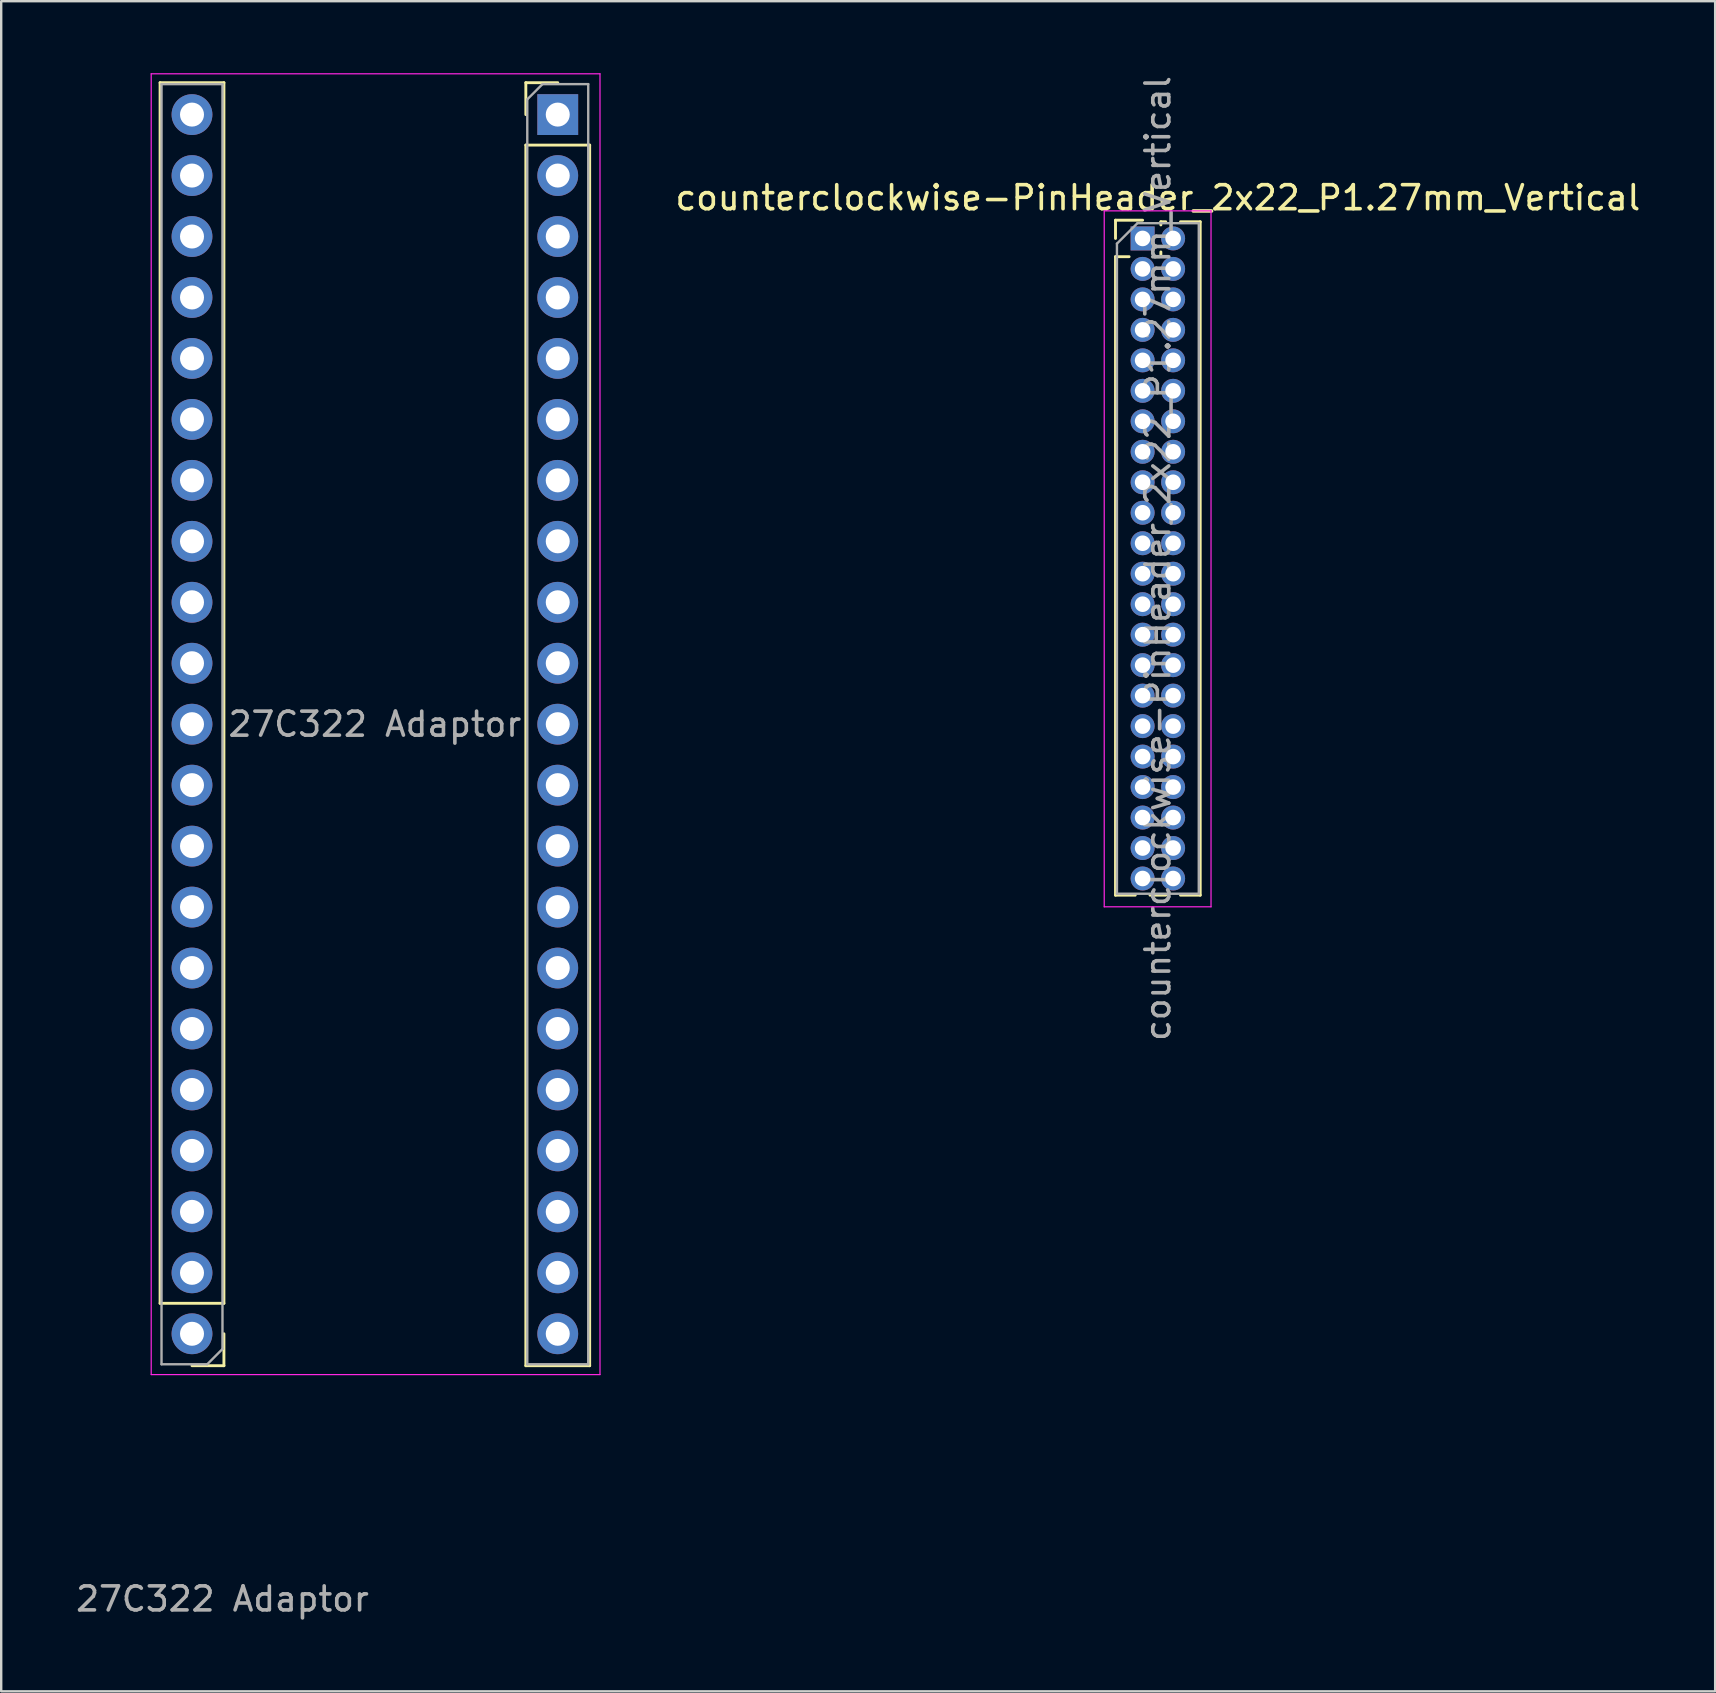
<source format=kicad_pcb>
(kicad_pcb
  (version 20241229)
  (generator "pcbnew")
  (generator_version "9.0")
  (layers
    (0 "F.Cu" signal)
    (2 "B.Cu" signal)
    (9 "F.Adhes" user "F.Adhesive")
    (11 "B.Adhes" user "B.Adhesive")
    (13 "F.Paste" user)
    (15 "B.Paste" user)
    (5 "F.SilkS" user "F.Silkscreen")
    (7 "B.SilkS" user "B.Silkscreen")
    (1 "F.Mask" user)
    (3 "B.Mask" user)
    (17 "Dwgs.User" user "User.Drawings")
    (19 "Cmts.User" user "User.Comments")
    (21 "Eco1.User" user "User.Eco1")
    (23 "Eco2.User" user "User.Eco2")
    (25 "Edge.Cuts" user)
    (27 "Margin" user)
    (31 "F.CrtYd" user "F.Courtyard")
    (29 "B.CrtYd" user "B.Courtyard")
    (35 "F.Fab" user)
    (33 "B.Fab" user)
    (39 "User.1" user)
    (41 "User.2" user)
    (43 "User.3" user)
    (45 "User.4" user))
  (footprint "27C322 Adaptor"
    (layer "F.Cu")
    (at 4.95 1.725)
    (property "Reference" "27C322 Adaptor" (at 1.27 61.849 0) (layer "F.Fab") (effects (font (size 1 1) (thickness 0.15))))
    (attr through_hole)
    (fp_line (start -1.33 49.53) (end -1.33 -1.33) (stroke (width 0.12) (type solid)) (layer "F.SilkS"))
    (fp_line (start 1.33 -1.33) (end -1.33 -1.33) (stroke (width 0.12) (type solid)) (layer "F.SilkS"))
    (fp_line (start 1.33 49.53) (end -1.33 49.53) (stroke (width 0.12) (type solid)) (layer "F.SilkS"))
    (fp_line (start 1.33 49.53) (end 1.33 -1.33) (stroke (width 0.12) (type solid)) (layer "F.SilkS"))
    (fp_line (start 1.33 50.8) (end 1.33 52.13) (stroke (width 0.12) (type solid)) (layer "F.SilkS"))
    (fp_line (start 1.33 52.13) (end 0 52.13) (stroke (width 0.12) (type solid)) (layer "F.SilkS"))
    (fp_line (start 13.91 -1.33) (end 15.24 -1.33) (stroke (width 0.12) (type solid)) (layer "F.SilkS"))
    (fp_line (start 13.91 0) (end 13.91 -1.33) (stroke (width 0.12) (type solid)) (layer "F.SilkS"))
    (fp_line (start 13.91 1.27) (end 13.91 52.13) (stroke (width 0.12) (type solid)) (layer "F.SilkS"))
    (fp_line (start 13.91 1.27) (end 16.57 1.27) (stroke (width 0.12) (type solid)) (layer "F.SilkS"))
    (fp_line (start 13.91 52.13) (end 16.57 52.13) (stroke (width 0.12) (type solid)) (layer "F.SilkS"))
    (fp_line (start 16.57 1.27) (end 16.57 52.13) (stroke (width 0.12) (type solid)) (layer "F.SilkS"))
    (fp_line (start -1.7 -1.7) (end -1.7 52.5) (stroke (width 0.05) (type solid)) (layer "F.CrtYd"))
    (fp_line (start -1.7 52.5) (end 17 52.5) (stroke (width 0.05) (type solid)) (layer "F.CrtYd"))
    (fp_line (start 17 -1.7) (end -1.7 -1.7) (stroke (width 0.05) (type solid)) (layer "F.CrtYd"))
    (fp_line (start 17 52.5) (end 17 -1.7) (stroke (width 0.05) (type solid)) (layer "F.CrtYd"))
    (fp_line (start -1.27 -1.27) (end 1.27 -1.27) (stroke (width 0.1) (type solid)) (layer "F.Fab"))
    (fp_line (start -1.27 52.07) (end -1.27 -1.27) (stroke (width 0.1) (type solid)) (layer "F.Fab"))
    (fp_line (start 0.635 52.07) (end -1.27 52.07) (stroke (width 0.1) (type solid)) (layer "F.Fab"))
    (fp_line (start 1.27 -1.27) (end 1.27 51.435) (stroke (width 0.1) (type solid)) (layer "F.Fab"))
    (fp_line (start 1.27 51.435) (end 0.635 52.07) (stroke (width 0.1) (type solid)) (layer "F.Fab"))
    (fp_line (start 13.97 -0.635) (end 14.605 -1.27) (stroke (width 0.1) (type solid)) (layer "F.Fab"))
    (fp_line (start 13.97 52.07) (end 13.97 -0.635) (stroke (width 0.1) (type solid)) (layer "F.Fab"))
    (fp_line (start 14.605 -1.27) (end 16.51 -1.27) (stroke (width 0.1) (type solid)) (layer "F.Fab"))
    (fp_line (start 16.51 -1.27) (end 16.51 52.07) (stroke (width 0.1) (type solid)) (layer "F.Fab"))
    (fp_line (start 16.51 52.07) (end 13.97 52.07) (stroke (width 0.1) (type solid)) (layer "F.Fab"))
    (fp_text user "${REFERENCE}" (at 7.62 25.4 0) (layer "F.Fab") (effects (font (size 1 1) (thickness 0.15))))
    (pad "1" thru_hole rect (at 15.24 0) (size 1.7 1.7) (drill 1) (layers "*.Cu" "*.Mask"))
    (pad "2" thru_hole oval (at 15.24 2.54) (size 1.7 1.7) (drill 1) (layers "*.Cu" "*.Mask"))
    (pad "3" thru_hole oval (at 15.24 5.08) (size 1.7 1.7) (drill 1) (layers "*.Cu" "*.Mask"))
    (pad "4" thru_hole oval (at 15.24 7.62) (size 1.7 1.7) (drill 1) (layers "*.Cu" "*.Mask"))
    (pad "5" thru_hole oval (at 15.24 10.16) (size 1.7 1.7) (drill 1) (layers "*.Cu" "*.Mask"))
    (pad "6" thru_hole oval (at 15.24 12.7) (size 1.7 1.7) (drill 1) (layers "*.Cu" "*.Mask"))
    (pad "7" thru_hole oval (at 15.24 15.24) (size 1.7 1.7) (drill 1) (layers "*.Cu" "*.Mask"))
    (pad "8" thru_hole oval (at 15.24 17.78) (size 1.7 1.7) (drill 1) (layers "*.Cu" "*.Mask"))
    (pad "9" thru_hole oval (at 15.24 20.32) (size 1.7 1.7) (drill 1) (layers "*.Cu" "*.Mask"))
    (pad "10" thru_hole oval (at 15.24 22.86) (size 1.7 1.7) (drill 1) (layers "*.Cu" "*.Mask"))
    (pad "11" thru_hole oval (at 15.24 25.4) (size 1.7 1.7) (drill 1) (layers "*.Cu" "*.Mask"))
    (pad "12" thru_hole oval (at 15.24 27.94) (size 1.7 1.7) (drill 1) (layers "*.Cu" "*.Mask"))
    (pad "13" thru_hole oval (at 15.24 30.48) (size 1.7 1.7) (drill 1) (layers "*.Cu" "*.Mask"))
    (pad "14" thru_hole oval (at 15.24 33.02) (size 1.7 1.7) (drill 1) (layers "*.Cu" "*.Mask"))
    (pad "15" thru_hole oval (at 15.24 35.56) (size 1.7 1.7) (drill 1) (layers "*.Cu" "*.Mask"))
    (pad "16" thru_hole oval (at 15.24 38.1) (size 1.7 1.7) (drill 1) (layers "*.Cu" "*.Mask"))
    (pad "17" thru_hole oval (at 15.24 40.64) (size 1.7 1.7) (drill 1) (layers "*.Cu" "*.Mask"))
    (pad "18" thru_hole oval (at 15.24 43.18) (size 1.7 1.7) (drill 1) (layers "*.Cu" "*.Mask"))
    (pad "19" thru_hole oval (at 15.24 45.72) (size 1.7 1.7) (drill 1) (layers "*.Cu" "*.Mask"))
    (pad "20" thru_hole oval (at 15.24 48.26) (size 1.7 1.7) (drill 1) (layers "*.Cu" "*.Mask"))
    (pad "21" thru_hole oval (at 15.24 50.8) (size 1.7 1.7) (drill 1) (layers "*.Cu" "*.Mask"))
    (pad "22" thru_hole oval (at 0 50.8) (size 1.7 1.7) (drill 1) (layers "*.Cu" "*.Mask"))
    (pad "23" thru_hole oval (at 0 48.26) (size 1.7 1.7) (drill 1) (layers "*.Cu" "*.Mask"))
    (pad "24" thru_hole oval (at 0 45.72) (size 1.7 1.7) (drill 1) (layers "*.Cu" "*.Mask"))
    (pad "25" thru_hole oval (at 0 43.18) (size 1.7 1.7) (drill 1) (layers "*.Cu" "*.Mask"))
    (pad "26" thru_hole oval (at 0 40.64) (size 1.7 1.7) (drill 1) (layers "*.Cu" "*.Mask"))
    (pad "27" thru_hole oval (at 0 38.1) (size 1.7 1.7) (drill 1) (layers "*.Cu" "*.Mask"))
    (pad "28" thru_hole oval (at 0 35.56) (size 1.7 1.7) (drill 1) (layers "*.Cu" "*.Mask"))
    (pad "29" thru_hole oval (at 0 33.02) (size 1.7 1.7) (drill 1) (layers "*.Cu" "*.Mask"))
    (pad "30" thru_hole oval (at 0 30.48) (size 1.7 1.7) (drill 1) (layers "*.Cu" "*.Mask"))
    (pad "31" thru_hole oval (at 0 27.94) (size 1.7 1.7) (drill 1) (layers "*.Cu" "*.Mask"))
    (pad "32" thru_hole oval (at 0 25.4) (size 1.7 1.7) (drill 1) (layers "*.Cu" "*.Mask"))
    (pad "33" thru_hole oval (at 0 22.86) (size 1.7 1.7) (drill 1) (layers "*.Cu" "*.Mask"))
    (pad "34" thru_hole oval (at 0 20.32) (size 1.7 1.7) (drill 1) (layers "*.Cu" "*.Mask"))
    (pad "35" thru_hole oval (at 0 17.78) (size 1.7 1.7) (drill 1) (layers "*.Cu" "*.Mask"))
    (pad "36" thru_hole oval (at 0 15.24) (size 1.7 1.7) (drill 1) (layers "*.Cu" "*.Mask"))
    (pad "37" thru_hole oval (at 0 12.7) (size 1.7 1.7) (drill 1) (layers "*.Cu" "*.Mask"))
    (pad "38" thru_hole oval (at 0 10.16) (size 1.7 1.7) (drill 1) (layers "*.Cu" "*.Mask"))
    (pad "39" thru_hole oval (at 0 7.62) (size 1.7 1.7) (drill 1) (layers "*.Cu" "*.Mask"))
    (pad "40" thru_hole oval (at 0 5.08) (size 1.7 1.7) (drill 1) (layers "*.Cu" "*.Mask"))
    (pad "41" thru_hole oval (at 0 2.54) (size 1.7 1.7) (drill 1) (layers "*.Cu" "*.Mask"))
    (pad "42" thru_hole oval (at 0 0) (size 1.7 1.7) (drill 1) (layers "*.Cu" "*.Mask")))
  (footprint "counterclockwise-PinHeader_2x22_P1.27mm_Vertical"
    (layer "F.Cu")
    (at 44.56 6.885)
    (property "Reference" "counterclockwise-PinHeader_2x22_P1.27mm_Vertical" (at 0.635 -1.695 0) (layer "F.SilkS") (effects (font (size 1 1) (thickness 0.15))))
    (attr through_hole)
    (fp_line (start -1.13 -0.76) (end 0 -0.76) (stroke (width 0.12) (type solid)) (layer "F.SilkS"))
    (fp_line (start -1.13 0) (end -1.13 -0.76) (stroke (width 0.12) (type solid)) (layer "F.SilkS"))
    (fp_line (start -1.13 0.76) (end -1.13 27.365) (stroke (width 0.12) (type solid)) (layer "F.SilkS"))
    (fp_line (start -1.13 0.76) (end -0.563 0.76) (stroke (width 0.12) (type solid)) (layer "F.SilkS"))
    (fp_line (start -1.13 27.365) (end -0.308 27.365) (stroke (width 0.12) (type solid)) (layer "F.SilkS"))
    (fp_line (start 0.308 27.365) (end 0.962 27.365) (stroke (width 0.12) (type solid)) (layer "F.SilkS"))
    (fp_line (start 0.563 0.76) (end 0.707 0.76) (stroke (width 0.12) (type solid)) (layer "F.SilkS"))
    (fp_line (start 0.76 -0.695) (end 0.962 -0.695) (stroke (width 0.12) (type solid)) (layer "F.SilkS"))
    (fp_line (start 0.76 -0.563) (end 0.76 -0.695) (stroke (width 0.12) (type solid)) (layer "F.SilkS"))
    (fp_line (start 0.76 0.707) (end 0.76 0.563) (stroke (width 0.12) (type solid)) (layer "F.SilkS"))
    (fp_line (start 1.578 -0.695) (end 2.4 -0.695) (stroke (width 0.12) (type solid)) (layer "F.SilkS"))
    (fp_line (start 1.578 27.365) (end 2.4 27.365) (stroke (width 0.12) (type solid)) (layer "F.SilkS"))
    (fp_line (start 2.4 -0.695) (end 2.4 27.365) (stroke (width 0.12) (type solid)) (layer "F.SilkS"))
    (fp_line (start -1.6 -1.15) (end -1.6 27.85) (stroke (width 0.05) (type solid)) (layer "F.CrtYd"))
    (fp_line (start -1.6 27.85) (end 2.85 27.85) (stroke (width 0.05) (type solid)) (layer "F.CrtYd"))
    (fp_line (start 2.85 -1.15) (end -1.6 -1.15) (stroke (width 0.05) (type solid)) (layer "F.CrtYd"))
    (fp_line (start 2.85 27.85) (end 2.85 -1.15) (stroke (width 0.05) (type solid)) (layer "F.CrtYd"))
    (fp_line (start -1.07 0.217) (end -0.217 -0.635) (stroke (width 0.1) (type solid)) (layer "F.Fab"))
    (fp_line (start -1.07 27.305) (end -1.07 0.217) (stroke (width 0.1) (type solid)) (layer "F.Fab"))
    (fp_line (start -0.217 -0.635) (end 2.34 -0.635) (stroke (width 0.1) (type solid)) (layer "F.Fab"))
    (fp_line (start 2.34 -0.635) (end 2.34 27.305) (stroke (width 0.1) (type solid)) (layer "F.Fab"))
    (fp_line (start 2.34 27.305) (end -1.07 27.305) (stroke (width 0.1) (type solid)) (layer "F.Fab"))
    (fp_text user "${REFERENCE}" (at 0.635 13.335 90) (layer "F.Fab") (effects (font (size 1 1) (thickness 0.15))))
    (pad "1" thru_hole rect (at 0 0) (size 1 1) (drill 0.65) (layers "*.Cu" "*.Mask"))
    (pad "2" thru_hole oval (at 0 1.27) (size 1 1) (drill 0.65) (layers "*.Cu" "*.Mask"))
    (pad "3" thru_hole oval (at 0 2.54) (size 1 1) (drill 0.65) (layers "*.Cu" "*.Mask"))
    (pad "4" thru_hole oval (at 0 3.81) (size 1 1) (drill 0.65) (layers "*.Cu" "*.Mask"))
    (pad "5" thru_hole oval (at 0 5.08) (size 1 1) (drill 0.65) (layers "*.Cu" "*.Mask"))
    (pad "6" thru_hole oval (at 0 6.35) (size 1 1) (drill 0.65) (layers "*.Cu" "*.Mask"))
    (pad "7" thru_hole oval (at 0 7.62) (size 1 1) (drill 0.65) (layers "*.Cu" "*.Mask"))
    (pad "8" thru_hole oval (at 0 8.89) (size 1 1) (drill 0.65) (layers "*.Cu" "*.Mask"))
    (pad "9" thru_hole oval (at 0 10.16) (size 1 1) (drill 0.65) (layers "*.Cu" "*.Mask"))
    (pad "10" thru_hole oval (at 0 11.43) (size 1 1) (drill 0.65) (layers "*.Cu" "*.Mask"))
    (pad "11" thru_hole oval (at 0 12.7) (size 1 1) (drill 0.65) (layers "*.Cu" "*.Mask"))
    (pad "12" thru_hole oval (at 0 13.97) (size 1 1) (drill 0.65) (layers "*.Cu" "*.Mask"))
    (pad "13" thru_hole oval (at 0 15.24) (size 1 1) (drill 0.65) (layers "*.Cu" "*.Mask"))
    (pad "14" thru_hole oval (at 0 16.51) (size 1 1) (drill 0.65) (layers "*.Cu" "*.Mask"))
    (pad "15" thru_hole oval (at 0 17.78) (size 1 1) (drill 0.65) (layers "*.Cu" "*.Mask"))
    (pad "16" thru_hole oval (at 0 19.05) (size 1 1) (drill 0.65) (layers "*.Cu" "*.Mask"))
    (pad "17" thru_hole oval (at 0 20.32) (size 1 1) (drill 0.65) (layers "*.Cu" "*.Mask"))
    (pad "18" thru_hole oval (at 0 21.59) (size 1 1) (drill 0.65) (layers "*.Cu" "*.Mask"))
    (pad "19" thru_hole oval (at 0 22.86) (size 1 1) (drill 0.65) (layers "*.Cu" "*.Mask"))
    (pad "20" thru_hole oval (at 0 24.13) (size 1 1) (drill 0.65) (layers "*.Cu" "*.Mask"))
    (pad "21" thru_hole oval (at 0 25.4) (size 1 1) (drill 0.65) (layers "*.Cu" "*.Mask"))
    (pad "22" thru_hole oval (at 0 26.67) (size 1 1) (drill 0.65) (layers "*.Cu" "*.Mask"))
    (pad "23" thru_hole oval (at 1.27 26.67) (size 1 1) (drill 0.65) (layers "*.Cu" "*.Mask"))
    (pad "24" thru_hole oval (at 1.27 25.4) (size 1 1) (drill 0.65) (layers "*.Cu" "*.Mask"))
    (pad "25" thru_hole oval (at 1.27 24.13) (size 1 1) (drill 0.65) (layers "*.Cu" "*.Mask"))
    (pad "26" thru_hole oval (at 1.27 22.86) (size 1 1) (drill 0.65) (layers "*.Cu" "*.Mask"))
    (pad "27" thru_hole oval (at 1.27 21.59) (size 1 1) (drill 0.65) (layers "*.Cu" "*.Mask"))
    (pad "28" thru_hole oval (at 1.27 20.32) (size 1 1) (drill 0.65) (layers "*.Cu" "*.Mask"))
    (pad "29" thru_hole oval (at 1.27 19.05) (size 1 1) (drill 0.65) (layers "*.Cu" "*.Mask"))
    (pad "30" thru_hole oval (at 1.27 17.78) (size 1 1) (drill 0.65) (layers "*.Cu" "*.Mask"))
    (pad "31" thru_hole oval (at 1.27 16.51) (size 1 1) (drill 0.65) (layers "*.Cu" "*.Mask"))
    (pad "32" thru_hole oval (at 1.27 15.24) (size 1 1) (drill 0.65) (layers "*.Cu" "*.Mask"))
    (pad "33" thru_hole oval (at 1.27 13.97) (size 1 1) (drill 0.65) (layers "*.Cu" "*.Mask"))
    (pad "34" thru_hole oval (at 1.27 12.7) (size 1 1) (drill 0.65) (layers "*.Cu" "*.Mask"))
    (pad "35" thru_hole oval (at 1.27 11.43) (size 1 1) (drill 0.65) (layers "*.Cu" "*.Mask"))
    (pad "36" thru_hole oval (at 1.27 10.16) (size 1 1) (drill 0.65) (layers "*.Cu" "*.Mask"))
    (pad "37" thru_hole oval (at 1.27 8.89) (size 1 1) (drill 0.65) (layers "*.Cu" "*.Mask"))
    (pad "38" thru_hole oval (at 1.27 7.62) (size 1 1) (drill 0.65) (layers "*.Cu" "*.Mask"))
    (pad "39" thru_hole oval (at 1.27 6.35) (size 1 1) (drill 0.65) (layers "*.Cu" "*.Mask"))
    (pad "40" thru_hole oval (at 1.27 5.08) (size 1 1) (drill 0.65) (layers "*.Cu" "*.Mask"))
    (pad "41" thru_hole oval (at 1.27 3.81) (size 1 1) (drill 0.65) (layers "*.Cu" "*.Mask"))
    (pad "42" thru_hole oval (at 1.27 2.54) (size 1 1) (drill 0.65) (layers "*.Cu" "*.Mask"))
    (pad "43" thru_hole oval (at 1.27 1.27) (size 1 1) (drill 0.65) (layers "*.Cu" "*.Mask"))
    (pad "44" thru_hole oval (at 1.27 0) (size 1 1) (drill 0.65) (layers "*.Cu" "*.Mask")))
  (gr_rect
    (start -3 -3)
    (end 68.416 67.422)
    (stroke (width 0.1) (type default))
    (fill no)
    (layer "Edge.Cuts")))
</source>
